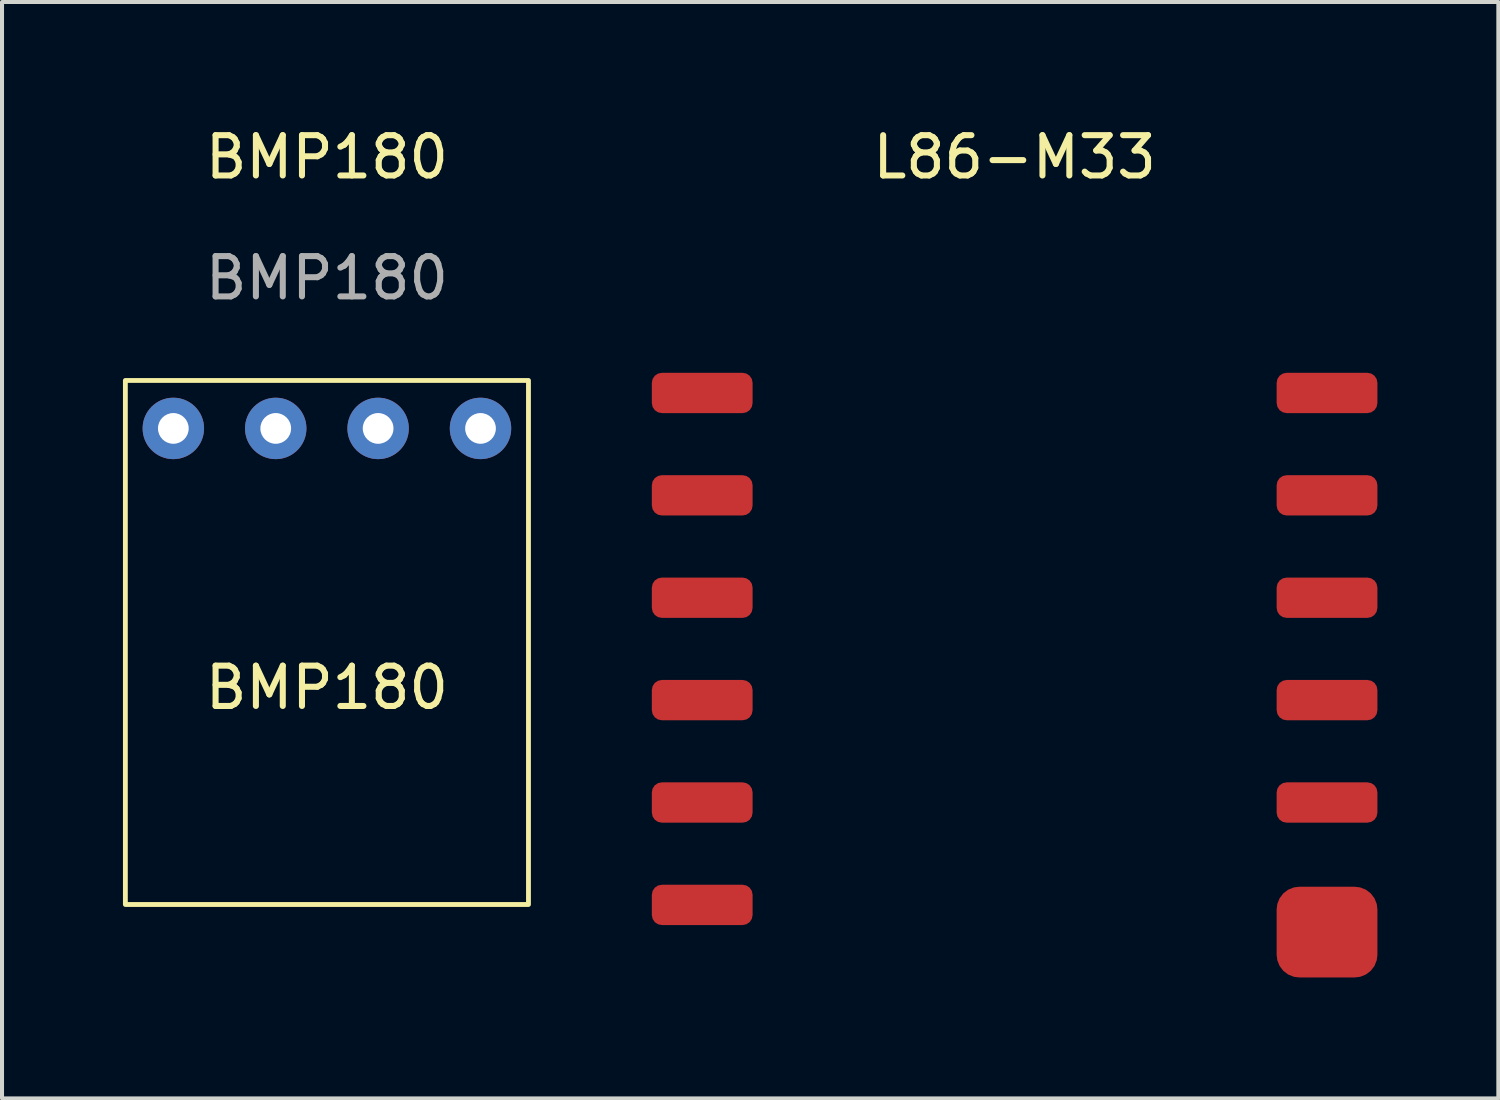
<source format=kicad_pcb>
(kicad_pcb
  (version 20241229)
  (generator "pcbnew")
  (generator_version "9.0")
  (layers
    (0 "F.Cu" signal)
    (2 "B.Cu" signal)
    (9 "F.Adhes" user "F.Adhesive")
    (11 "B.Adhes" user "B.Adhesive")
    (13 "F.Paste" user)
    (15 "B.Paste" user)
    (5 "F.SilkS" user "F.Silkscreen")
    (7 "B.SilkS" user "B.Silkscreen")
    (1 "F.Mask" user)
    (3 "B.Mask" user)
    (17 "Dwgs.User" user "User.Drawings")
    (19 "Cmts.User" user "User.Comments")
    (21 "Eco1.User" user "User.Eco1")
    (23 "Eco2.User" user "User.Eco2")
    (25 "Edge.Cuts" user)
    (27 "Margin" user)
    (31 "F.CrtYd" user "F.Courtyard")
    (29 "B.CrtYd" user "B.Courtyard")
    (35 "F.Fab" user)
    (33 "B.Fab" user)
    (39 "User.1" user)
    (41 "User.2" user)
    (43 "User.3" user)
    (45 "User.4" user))
  (footprint "BMP180"
    (layer "F.Cu")
    (at 5.06 14.008)
    (property "Reference" "BMP180" (at 0 -13.16 0) (unlocked yes) (layer "F.SilkS") (effects (font (size 1 1) (thickness 0.15))))
    (attr through_hole)
    (fp_rect (start -5 -7.62) (end 5 5.38) (stroke (width 0.12) (type solid)) (fill no) (layer "F.SilkS"))
    (fp_text user "BMP180" (at 0 0 0) (unlocked yes) (layer "F.SilkS") (effects (font (size 1 1) (thickness 0.15))))
    (fp_text user "${REFERENCE}" (at 0 -10.16 0) (unlocked yes) (layer "F.Fab") (effects (font (size 1 1) (thickness 0.15))))
    (pad "1" thru_hole circle (at -3.81 -6.43) (size 1.524 1.524) (drill 0.762) (layers "*.Cu" "*.Mask"))
    (pad "2" thru_hole circle (at -1.27 -6.43) (size 1.524 1.524) (drill 0.762) (layers "*.Cu" "*.Mask"))
    (pad "3" thru_hole circle (at 1.27 -6.43) (size 1.524 1.524) (drill 0.762) (layers "*.Cu" "*.Mask"))
    (pad "4" thru_hole circle (at 3.81 -6.43) (size 1.524 1.524) (drill 0.762) (layers "*.Cu" "*.Mask")))
  (footprint "L86-M33"
    (layer "F.Cu")
    (at 22.12 13.548)
    (property "Reference" "L86-M33" (at 0 -12.7 0) (unlocked yes) (layer "F.SilkS") (effects (font (size 1 1) (thickness 0.15))))
    (attr smd)
    (pad "1" smd roundrect (at 7.75 6.525 90) (size 2.25 2.5) (layers "F.Cu" "F.Mask" "F.Paste") (roundrect_rratio 0.25))
    (pad "2" smd roundrect (at 7.75 3.31 90) (size 1 2.5) (layers "F.Cu" "F.Mask" "F.Paste") (roundrect_rratio 0.25))
    (pad "3" smd roundrect (at 7.75 0.77 90) (size 1 2.5) (layers "F.Cu" "F.Mask" "F.Paste") (roundrect_rratio 0.25))
    (pad "4" smd roundrect (at 7.75 -1.77 90) (size 1 2.5) (layers "F.Cu" "F.Mask" "F.Paste") (roundrect_rratio 0.25))
    (pad "5" smd roundrect (at 7.75 -4.31 90) (size 1 2.5) (layers "F.Cu" "F.Mask" "F.Paste") (roundrect_rratio 0.25))
    (pad "6" smd roundrect (at 7.75 -6.85 90) (size 1 2.5) (layers "F.Cu" "F.Mask" "F.Paste") (roundrect_rratio 0.25))
    (pad "7" smd roundrect (at -7.75 -6.85 90) (size 1 2.5) (layers "F.Cu" "F.Mask" "F.Paste") (roundrect_rratio 0.25))
    (pad "8" smd roundrect (at -7.75 -4.31 90) (size 1 2.5) (layers "F.Cu" "F.Mask" "F.Paste") (roundrect_rratio 0.25))
    (pad "9" smd roundrect (at -7.75 -1.77 90) (size 1 2.5) (layers "F.Cu" "F.Mask" "F.Paste") (roundrect_rratio 0.25))
    (pad "10" smd roundrect (at -7.75 0.77 90) (size 1 2.5) (layers "F.Cu" "F.Mask" "F.Paste") (roundrect_rratio 0.25))
    (pad "11" smd roundrect (at -7.75 3.31 90) (size 1 2.5) (layers "F.Cu" "F.Mask" "F.Paste") (roundrect_rratio 0.25))
    (pad "12" smd roundrect (at -7.75 5.85 90) (size 1 2.5) (layers "F.Cu" "F.Mask" "F.Paste") (roundrect_rratio 0.25)))
  (gr_rect
    (start -3 -3)
    (end 34.12 24.198)
    (stroke (width 0.1) (type default))
    (fill no)
    (layer "Edge.Cuts")))
</source>
